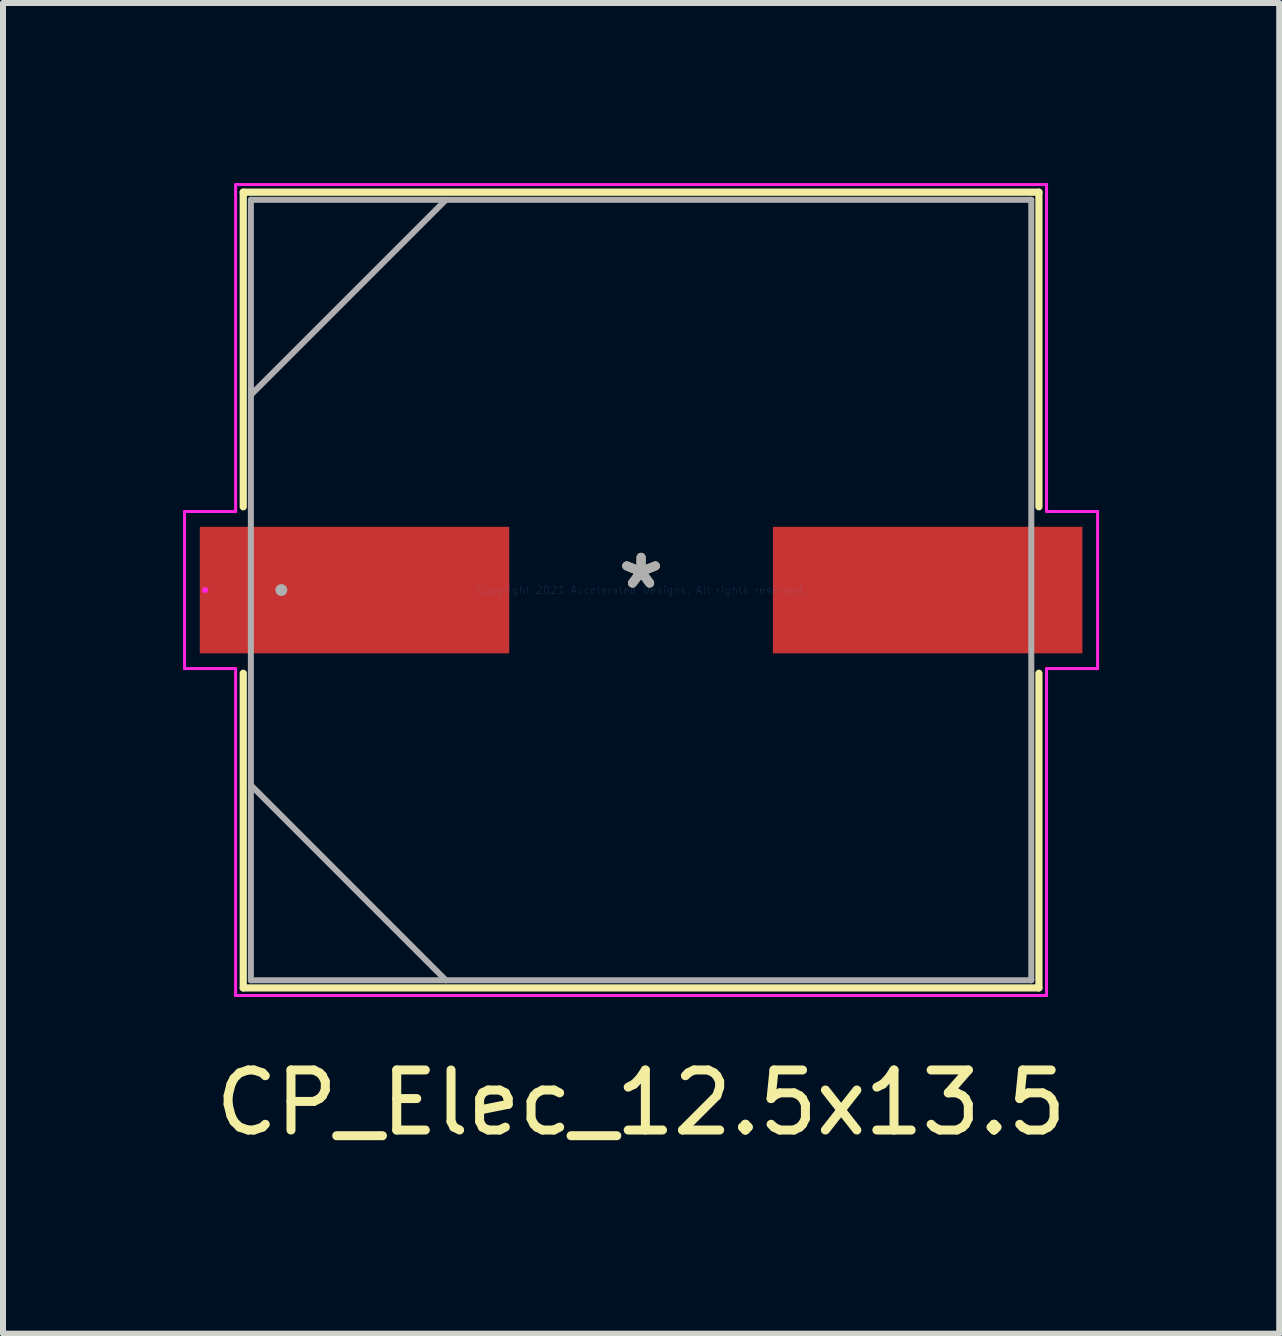
<source format=kicad_pcb>
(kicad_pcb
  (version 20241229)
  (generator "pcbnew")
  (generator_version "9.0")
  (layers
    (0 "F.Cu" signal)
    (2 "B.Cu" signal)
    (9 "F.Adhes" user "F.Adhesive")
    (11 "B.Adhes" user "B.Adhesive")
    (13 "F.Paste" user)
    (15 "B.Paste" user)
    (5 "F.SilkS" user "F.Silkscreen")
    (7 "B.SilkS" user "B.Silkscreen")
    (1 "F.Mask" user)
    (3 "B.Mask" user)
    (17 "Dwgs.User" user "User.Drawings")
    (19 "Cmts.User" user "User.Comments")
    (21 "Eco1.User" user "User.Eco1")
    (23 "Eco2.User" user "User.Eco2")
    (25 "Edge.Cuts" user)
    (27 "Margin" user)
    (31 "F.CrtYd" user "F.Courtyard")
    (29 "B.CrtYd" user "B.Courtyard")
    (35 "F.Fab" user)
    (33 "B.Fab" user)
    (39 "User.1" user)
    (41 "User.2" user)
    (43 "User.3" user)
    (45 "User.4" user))
  (footprint "CP_Elec_12.5x13.5"
    (layer "F.Cu")
    (at 7.632 15.824)
    (property "Reference" "CP_Elec_12.5x13.5" (at 0 -0.5 0) (unlocked yes) (layer "F.SilkS") (effects (font (size 1 1) (thickness 0.15))))
    (attr smd)
    (fp_line (start -6.629 -15.672) (end -6.629 -10.429) (stroke (width 0.12) (type solid)) (layer "F.SilkS"))
    (fp_line (start -6.629 -7.656) (end -6.629 -2.413) (stroke (width 0.12) (type solid)) (layer "F.SilkS"))
    (fp_line (start -6.629 -2.413) (end 6.629 -2.413) (stroke (width 0.12) (type solid)) (layer "F.SilkS"))
    (fp_line (start 6.629 -15.672) (end -6.629 -15.672) (stroke (width 0.12) (type solid)) (layer "F.SilkS"))
    (fp_line (start 6.629 -10.429) (end 6.629 -15.672) (stroke (width 0.12) (type solid)) (layer "F.SilkS"))
    (fp_line (start 6.629 -2.413) (end 6.629 -7.656) (stroke (width 0.12) (type solid)) (layer "F.SilkS"))
    (fp_line (start -7.607 -10.351) (end -6.756 -10.351) (stroke (width 0.05) (type solid)) (layer "F.CrtYd"))
    (fp_line (start -7.607 -7.734) (end -7.607 -10.351) (stroke (width 0.05) (type solid)) (layer "F.CrtYd"))
    (fp_line (start -6.756 -15.799) (end 6.756 -15.799) (stroke (width 0.05) (type solid)) (layer "F.CrtYd"))
    (fp_line (start -6.756 -10.351) (end -6.756 -15.799) (stroke (width 0.05) (type solid)) (layer "F.CrtYd"))
    (fp_line (start -6.756 -7.734) (end -7.607 -7.734) (stroke (width 0.05) (type solid)) (layer "F.CrtYd"))
    (fp_line (start -6.756 -2.286) (end -6.756 -7.734) (stroke (width 0.05) (type solid)) (layer "F.CrtYd"))
    (fp_line (start 6.756 -15.799) (end 6.756 -10.351) (stroke (width 0.05) (type solid)) (layer "F.CrtYd"))
    (fp_line (start 6.756 -10.351) (end 7.607 -10.351) (stroke (width 0.05) (type solid)) (layer "F.CrtYd"))
    (fp_line (start 6.756 -7.734) (end 6.756 -2.286) (stroke (width 0.05) (type solid)) (layer "F.CrtYd"))
    (fp_line (start 6.756 -2.286) (end -6.756 -2.286) (stroke (width 0.05) (type solid)) (layer "F.CrtYd"))
    (fp_line (start 7.607 -10.351) (end 7.607 -7.734) (stroke (width 0.05) (type solid)) (layer "F.CrtYd"))
    (fp_line (start 7.607 -7.734) (end 6.756 -7.734) (stroke (width 0.05) (type solid)) (layer "F.CrtYd"))
    (fp_circle (center -7.264 -9.042) (end -7.264 -9.042) (stroke (width 0.05) (type solid)) (fill no) (layer "F.CrtYd"))
    (fp_line (start -6.502 -15.545) (end -6.502 -2.54) (stroke (width 0.1) (type solid)) (layer "F.Fab"))
    (fp_line (start -6.502 -12.294) (end -3.251 -15.545) (stroke (width 0.1) (type solid)) (layer "F.Fab"))
    (fp_line (start -6.502 -5.791) (end -3.251 -2.54) (stroke (width 0.1) (type solid)) (layer "F.Fab"))
    (fp_line (start -6.502 -2.54) (end 6.502 -2.54) (stroke (width 0.1) (type solid)) (layer "F.Fab"))
    (fp_line (start 6.502 -15.545) (end -6.502 -15.545) (stroke (width 0.1) (type solid)) (layer "F.Fab"))
    (fp_line (start 6.502 -2.54) (end 6.502 -15.545) (stroke (width 0.1) (type solid)) (layer "F.Fab"))
    (fp_circle (center -5.994 -9.042) (end -5.994 -9.042) (stroke (width 0.1) (type solid)) (fill no) (layer "F.Fab"))
    (fp_text user "*" (at 0 -9.042 0) (layer "F.SilkS") (effects (font (size 1 1) (thickness 0.15))))
    (fp_text user "Copyright 2021 Accelerated Designs. All rights reserved." (at 0 -9.042 0) (layer "Cmts.User") (effects (font (size 0.127 0.127) (thickness 0.002))))
    (fp_text user "*" (at 0 -9.042 0) (layer "F.Fab") (effects (font (size 1 1) (thickness 0.15))))
    (pad "1" smd rect (at -4.775 -9.042) (size 5.156 2.108) (layers "F.Cu" "F.Mask" "F.Paste"))
    (pad "2" smd rect (at 4.775 -9.042) (size 5.156 2.108) (layers "F.Cu" "F.Mask" "F.Paste")))
  (gr_rect
    (start -3 -3)
    (end 18.265 19.172)
    (stroke (width 0.1) (type default))
    (fill no)
    (layer "Edge.Cuts")))
</source>
